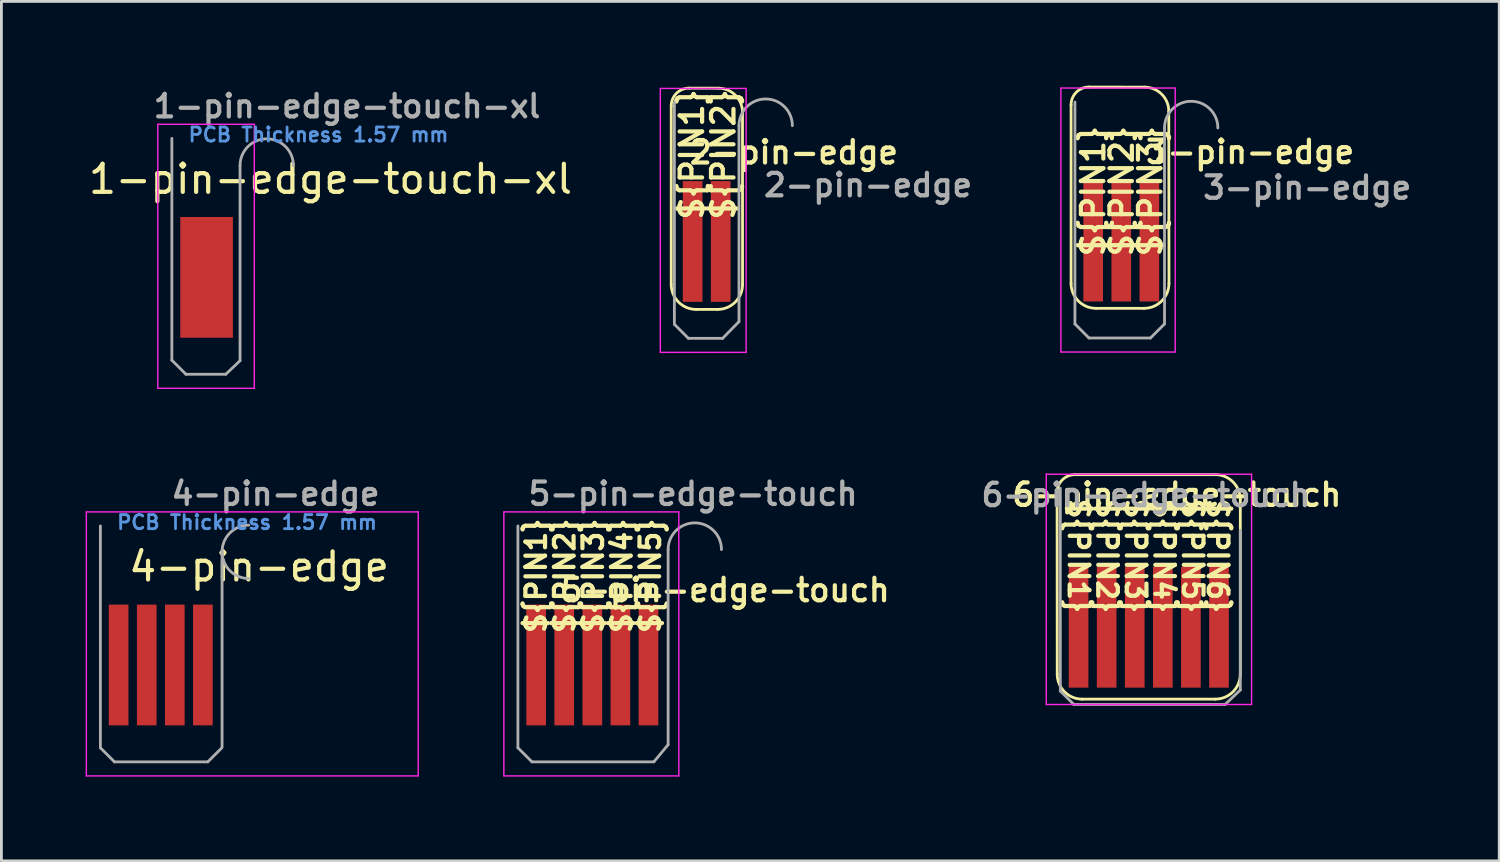
<source format=kicad_pcb>
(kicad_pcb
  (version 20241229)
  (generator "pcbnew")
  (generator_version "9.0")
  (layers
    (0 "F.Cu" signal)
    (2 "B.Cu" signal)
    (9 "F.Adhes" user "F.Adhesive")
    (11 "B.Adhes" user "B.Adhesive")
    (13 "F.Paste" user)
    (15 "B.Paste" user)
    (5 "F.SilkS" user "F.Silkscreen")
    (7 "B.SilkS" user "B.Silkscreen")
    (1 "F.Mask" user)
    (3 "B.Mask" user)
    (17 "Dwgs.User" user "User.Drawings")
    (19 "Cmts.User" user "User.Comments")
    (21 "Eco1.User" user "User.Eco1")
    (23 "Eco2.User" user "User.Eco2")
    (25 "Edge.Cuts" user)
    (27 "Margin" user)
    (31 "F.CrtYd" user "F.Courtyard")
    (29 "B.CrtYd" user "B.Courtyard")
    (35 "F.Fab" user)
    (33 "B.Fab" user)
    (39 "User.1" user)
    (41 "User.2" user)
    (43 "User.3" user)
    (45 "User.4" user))
  (footprint "3-pin-edge"
    (layer "F.Cu")
    (at 35.879 5.536)
    (property "Reference" "3-pin-edge" (at 5.588 -3.175 0) (layer "F.SilkS") (effects (font (size 0.8 0.8) (thickness 0.15))))
    (attr exclude_from_pos_files exclude_from_bom)
    (fp_line (start -0.787 1.505) (end -0.787 -4.851) (stroke (width 0.1) (type default)) (layer "F.SilkS"))
    (fp_line (start -0.152 -5.486) (end 1.833 -5.483) (stroke (width 0.1) (type default)) (layer "F.SilkS"))
    (fp_line (start 1.81 2.394) (end 0.102 2.394) (stroke (width 0.1) (type default)) (layer "F.SilkS"))
    (fp_line (start 2.692 -4.623) (end 2.699 1.505) (stroke (width 0.1) (type default)) (layer "F.SilkS"))
    (fp_arc (start -0.7874 -4.8514) (mid -0.601413 -5.300413) (end -0.1524 -5.4864) (stroke (width 0.1) (type default)) (layer "F.SilkS"))
    (fp_arc (start 0.1016 2.393982) (mid -0.527019 2.133601) (end -0.7874 1.504982) (stroke (width 0.1) (type default)) (layer "F.SilkS"))
    (fp_arc (start 1.832542 -5.482658) (mid 2.440553 -5.230811) (end 2.6924 -4.6228) (stroke (width 0.1) (type default)) (layer "F.SilkS"))
    (fp_arc (start 2.698782 1.504982) (mid 2.4384 2.1336) (end 1.809782 2.393982) (stroke (width 0.1) (type default)) (layer "F.SilkS"))
    (fp_line (start -1.15 -5.45) (end -1.15 3.95) (stroke (width 0.05) (type solid)) (layer "F.CrtYd"))
    (fp_line (start -1.15 -5.45) (end 2.921 -5.45) (stroke (width 0.05) (type solid)) (layer "F.CrtYd"))
    (fp_line (start 2.921 3.95) (end -1.15 3.95) (stroke (width 0.05) (type solid)) (layer "F.CrtYd"))
    (fp_line (start 2.921 3.95) (end 2.921 -5.45) (stroke (width 0.05) (type solid)) (layer "F.CrtYd"))
    (fp_line (start -0.65 -4.95) (end -0.65 2.95) (stroke (width 0.1) (type solid)) (layer "F.Fab"))
    (fp_line (start -0.65 2.95) (end -0.15 3.45) (stroke (width 0.1) (type solid)) (layer "F.Fab"))
    (fp_line (start -0.15 3.45) (end 2.04 3.45) (stroke (width 0.1) (type solid)) (layer "F.Fab"))
    (fp_line (start 2.04 3.45) (end 2.54 2.95) (stroke (width 0.1) (type solid)) (layer "F.Fab"))
    (fp_line (start 2.54 -4.029) (end 2.54 2.95) (stroke (width 0.1) (type solid)) (layer "F.Fab"))
    (fp_arc (start 2.54 -4.029) (mid 3.49 -4.979) (end 4.44 -4.029) (stroke (width 0.1) (type solid)) (layer "F.Fab"))
    (fp_text user "${PIN3}" (at 2.032 -1.778 90) (layer "F.SilkS") (effects (font (size 0.8 0.8) (thickness 0.15))))
    (fp_text user "${PIN2}" (at 1.016 -1.778 90) (layer "F.SilkS") (effects (font (size 0.8 0.8) (thickness 0.15))))
    (fp_text user "${PIN1}" (at 0 -1.778 90) (layer "F.SilkS") (effects (font (size 0.8 0.8) (thickness 0.15))))
    (fp_text user "${REFERENCE}" (at 7.62 -1.905 0) (layer "F.Fab") (effects (font (size 0.8 0.8) (thickness 0.15))))
    (pad "A1" connect rect (at 0 0) (size 0.7 4.3) (layers "F.Cu" "F.Mask"))
    (pad "A2" connect rect (at 1 0) (size 0.7 4.3) (layers "F.Cu" "F.Mask"))
    (pad "A3" connect rect (at 2 0) (size 0.7 4.3) (layers "F.Cu" "F.Mask")))
  (footprint "5-pin-edge-touch"
    (layer "F.Cu")
    (at 16.043 20.63)
    (property "Reference" "5-pin-edge-touch" (at 6.731 -2.667 0) (layer "F.SilkS") (effects (font (size 0.8 0.8) (thickness 0.15))))
    (attr exclude_from_pos_files exclude_from_bom)
    (fp_line (start -1.15 -5.45) (end -1.15 3.95) (stroke (width 0.05) (type solid)) (layer "F.CrtYd"))
    (fp_line (start -1.15 -5.45) (end 5.08 -5.45) (stroke (width 0.05) (type solid)) (layer "F.CrtYd"))
    (fp_line (start 5.08 3.95) (end -1.15 3.95) (stroke (width 0.05) (type solid)) (layer "F.CrtYd"))
    (fp_line (start 5.08 3.95) (end 5.08 -5.45) (stroke (width 0.05) (type solid)) (layer "F.CrtYd"))
    (fp_line (start -0.65 -4.95) (end -0.65 2.95) (stroke (width 0.1) (type solid)) (layer "F.Fab"))
    (fp_line (start -0.65 2.95) (end -0.15 3.45) (stroke (width 0.1) (type solid)) (layer "F.Fab"))
    (fp_line (start -0.15 3.45) (end 4.191 3.45) (stroke (width 0.1) (type solid)) (layer "F.Fab"))
    (fp_line (start 4.699 -4.11) (end 4.699 2.84) (stroke (width 0.1) (type solid)) (layer "F.Fab"))
    (fp_line (start 4.699 2.84) (end 4.191 3.45) (stroke (width 0.1) (type solid)) (layer "F.Fab"))
    (fp_arc (start 4.699 -4.11) (mid 5.649 -5.06) (end 6.599 -4.11) (stroke (width 0.1) (type solid)) (layer "F.Fab"))
    (fp_text user "${PIN4}" (at 3.048 -3.175 90) (layer "F.SilkS") (effects (font (size 0.7 0.7) (thickness 0.15))))
    (fp_text user "${PIN3}" (at 2.032 -3.175 90) (layer "F.SilkS") (effects (font (size 0.7 0.7) (thickness 0.15))))
    (fp_text user "${PIN2}" (at 1.016 -3.175 90) (layer "F.SilkS") (effects (font (size 0.7 0.7) (thickness 0.15))))
    (fp_text user "${PIN5}" (at 4.064 -3.175 90) (layer "F.SilkS") (effects (font (size 0.7 0.7) (thickness 0.15))))
    (fp_text user "${PIN1}" (at 0 -3.175 90) (layer "F.SilkS") (effects (font (size 0.7 0.7) (thickness 0.15))))
    (fp_text user "${REFERENCE}" (at 5.588 -6.096 0) (layer "F.Fab") (effects (font (size 0.8 0.8) (thickness 0.15))))
    (pad "A1" connect rect (at 0 0) (size 0.7 4.3) (layers "F.Cu" "F.Mask"))
    (pad "A2" connect rect (at 1 0) (size 0.7 4.3) (layers "F.Cu" "F.Mask"))
    (pad "A3" connect rect (at 2 0) (size 0.7 4.3) (layers "F.Cu" "F.Mask"))
    (pad "A4" connect rect (at 3 0) (size 0.7 4.3) (layers "F.Cu" "F.Mask"))
    (pad "A5" connect rect (at 4 0) (size 0.7 4.3) (layers "F.Cu" "F.Mask")))
  (footprint "2-pin-edge"
    (layer "F.Cu")
    (at 21.615 5.549)
    (property "Reference" "2-pin-edge" (at 3.607 -3.175 0) (layer "F.SilkS") (effects (font (size 0.8 0.8) (thickness 0.15))))
    (attr exclude_from_pos_files exclude_from_bom)
    (fp_line (start -0.762 1.53) (end -0.762 -4.826) (stroke (width 0.1) (type default)) (layer "F.SilkS"))
    (fp_line (start -0.127 -5.461) (end 0.916 -5.459) (stroke (width 0.1) (type default)) (layer "F.SilkS"))
    (fp_line (start 0.889 2.419) (end 0.127 2.419) (stroke (width 0.1) (type default)) (layer "F.SilkS"))
    (fp_line (start 1.776 -4.599) (end 1.778 1.53) (stroke (width 0.1) (type default)) (layer "F.SilkS"))
    (fp_arc (start -0.762 -4.826) (mid -0.576013 -5.275013) (end -0.127 -5.461) (stroke (width 0.1) (type default)) (layer "F.SilkS"))
    (fp_arc (start 0.127 2.419382) (mid -0.501619 2.159001) (end -0.762 1.530382) (stroke (width 0.1) (type default)) (layer "F.SilkS"))
    (fp_arc (start 0.915989 -5.458847) (mid 1.524 -5.207) (end 1.775847 -4.598989) (stroke (width 0.1) (type default)) (layer "F.SilkS"))
    (fp_arc (start 1.778003 1.530382) (mid 1.51762 2.158999) (end 0.889003 2.419382) (stroke (width 0.1) (type default)) (layer "F.SilkS"))
    (fp_line (start -1.15 -5.45) (end -1.15 3.95) (stroke (width 0.05) (type solid)) (layer "F.CrtYd"))
    (fp_line (start -1.15 -5.45) (end 1.905 -5.45) (stroke (width 0.05) (type solid)) (layer "F.CrtYd"))
    (fp_line (start 1.905 3.95) (end -1.15 3.95) (stroke (width 0.05) (type solid)) (layer "F.CrtYd"))
    (fp_line (start 1.905 3.95) (end 1.905 -5.45) (stroke (width 0.05) (type solid)) (layer "F.CrtYd"))
    (fp_line (start -0.65 -4.95) (end -0.65 2.95) (stroke (width 0.1) (type solid)) (layer "F.Fab"))
    (fp_line (start -0.65 2.95) (end -0.15 3.45) (stroke (width 0.1) (type solid)) (layer "F.Fab"))
    (fp_line (start -0.15 3.45) (end 1.067 3.45) (stroke (width 0.1) (type solid)) (layer "F.Fab"))
    (fp_line (start 1.067 3.45) (end 1.651 2.854) (stroke (width 0.1) (type solid)) (layer "F.Fab"))
    (fp_line (start 1.651 -4.125) (end 1.651 2.854) (stroke (width 0.1) (type solid)) (layer "F.Fab"))
    (fp_arc (start 1.651 -4.1245) (mid 2.601 -5.0745) (end 3.551 -4.1245) (stroke (width 0.1) (type solid)) (layer "F.Fab"))
    (fp_text user "${PIN1}" (at -0.025 -3.099 90) (layer "F.SilkS") (effects (font (size 0.8 0.8) (thickness 0.15))))
    (fp_text user "${PIN2}" (at 1.092 -3.099 90) (layer "F.SilkS") (effects (font (size 0.8 0.8) (thickness 0.15))))
    (fp_text user "${REFERENCE}" (at 6.248 -2.007 0) (layer "F.Fab") (effects (font (size 0.8 0.8) (thickness 0.15))))
    (pad "A1" connect rect (at 0 0) (size 0.7 4.3) (layers "F.Cu" "F.Mask"))
    (pad "A2" connect rect (at 1 0) (size 0.7 4.3) (layers "F.Cu" "F.Mask")))
  (footprint "1-pin-edge-touch-xl"
    (layer "F.Cu")
    (at 3.72 6.827)
    (property "Reference" "1-pin-edge-touch-xl" (at 5 -3.5 0) (layer "F.SilkS") (effects (font (size 1 1) (thickness 0.15))))
    (attr exclude_from_pos_files exclude_from_bom)
    (fp_line (start -1.15 -5.45) (end -1.15 3.95) (stroke (width 0.05) (type solid)) (layer "F.CrtYd"))
    (fp_line (start -1.15 -5.45) (end 2.286 -5.45) (stroke (width 0.05) (type solid)) (layer "F.CrtYd"))
    (fp_line (start 2.286 3.95) (end -1.15 3.95) (stroke (width 0.05) (type solid)) (layer "F.CrtYd"))
    (fp_line (start 2.286 3.95) (end 2.286 -5.45) (stroke (width 0.05) (type solid)) (layer "F.CrtYd"))
    (fp_line (start -0.65 -4.95) (end -0.65 2.95) (stroke (width 0.1) (type solid)) (layer "F.Fab"))
    (fp_line (start -0.65 2.95) (end -0.15 3.45) (stroke (width 0.1) (type solid)) (layer "F.Fab"))
    (fp_line (start -0.15 3.45) (end 1.27 3.45) (stroke (width 0.1) (type solid)) (layer "F.Fab"))
    (fp_line (start 1.778 -3.983) (end 1.778 2.967) (stroke (width 0.1) (type solid)) (layer "F.Fab"))
    (fp_line (start 1.778 2.967) (end 1.27 3.45) (stroke (width 0.1) (type solid)) (layer "F.Fab"))
    (fp_arc (start 1.778 -3.983) (mid 2.728 -4.933) (end 3.678 -3.983) (stroke (width 0.1) (type solid)) (layer "F.Fab"))
    (fp_text user "PCB Thickness 1.57 mm" (at 4.572 -5.08 180) (layer "Cmts.User") (effects (font (size 0.5 0.5) (thickness 0.1))))
    (fp_text user "${REFERENCE}" (at 5.588 -6.096 0) (layer "F.Fab") (effects (font (size 0.8 0.8) (thickness 0.15))))
    (pad "A1" connect rect (at 0.587 0) (size 1.874 4.3) (layers "F.Cu" "F.Mask")))
  (footprint "6-pin-edge-touch"
    (layer "F.Cu")
    (at 37.347 18.757)
    (property "Reference" "6-pin-edge-touch" (at 1.512 -4.19 0) (layer "F.SilkS") (effects (font (size 0.8 0.8) (thickness 0.15))))
    (attr exclude_from_pos_files exclude_from_bom)
    (fp_line (start -2.748 2.201) (end -2.753 -4.27) (stroke (width 0.1) (type default)) (layer "F.SilkS"))
    (fp_line (start -2.118 -4.905) (end 2.882 -4.905) (stroke (width 0.1) (type default)) (layer "F.SilkS"))
    (fp_line (start 2.872 3.09) (end -1.859 3.09) (stroke (width 0.1) (type default)) (layer "F.SilkS"))
    (fp_line (start 3.772 -4.01) (end 3.772 2.2) (stroke (width 0.1) (type default)) (layer "F.SilkS"))
    (fp_arc (start -2.752999 -4.269999) (mid -2.567012 -4.719012) (end -2.117999 -4.904999) (stroke (width 0.1) (type default)) (layer "F.SilkS"))
    (fp_arc (start -1.859 3.090381) (mid -2.487618 2.829999) (end -2.748 2.201381) (stroke (width 0.1) (type default)) (layer "F.SilkS"))
    (fp_arc (start 2.882 -4.904999) (mid 3.510618 -4.644617) (end 3.771 -4.015999) (stroke (width 0.1) (type default)) (layer "F.SilkS"))
    (fp_arc (start 3.771003 2.200005) (mid 3.510619 2.828621) (end 2.882003 3.089005) (stroke (width 0.1) (type default)) (layer "F.SilkS"))
    (fp_line (start -3.138 -4.92) (end -3.138 3.28) (stroke (width 0.05) (type solid)) (layer "F.CrtYd"))
    (fp_line (start -3.138 -4.92) (end 4.172 -4.92) (stroke (width 0.05) (type solid)) (layer "F.CrtYd"))
    (fp_line (start 4.172 3.28) (end -3.138 3.28) (stroke (width 0.05) (type solid)) (layer "F.CrtYd"))
    (fp_line (start 4.172 3.28) (end 4.172 -4.92) (stroke (width 0.05) (type solid)) (layer "F.CrtYd"))
    (fp_line (start -2.638 -4.42) (end -2.638 2.8) (stroke (width 0.1) (type solid)) (layer "F.Fab"))
    (fp_line (start -2.638 2.8) (end -2.158 3.28) (stroke (width 0.1) (type solid)) (layer "F.Fab"))
    (fp_line (start -2.158 3.28) (end 3.232 3.28) (stroke (width 0.1) (type solid)) (layer "F.Fab"))
    (fp_line (start 3.772 -2.926) (end 3.772 2.76) (stroke (width 0.1) (type solid)) (layer "F.Fab"))
    (fp_line (start 3.773 2.762) (end 3.231 3.278) (stroke (width 0.1) (type solid)) (layer "F.Fab"))
    (fp_text user "${PIN1}" (at -1.988 -2.01 270) (unlocked yes) (layer "F.SilkS") (effects (font (size 0.7 0.7) (thickness 0.15))))
    (fp_text user "${PIN3}" (at 0.044 -2.01 270) (unlocked yes) (layer "F.SilkS") (effects (font (size 0.7 0.7) (thickness 0.15))))
    (fp_text user "${PIN5}" (at 2.076 -2.01 270) (unlocked yes) (layer "F.SilkS") (effects (font (size 0.7 0.7) (thickness 0.15))))
    (fp_text user "${PIN2}" (at -0.972 -2.01 270) (unlocked yes) (layer "F.SilkS") (effects (font (size 0.7 0.7) (thickness 0.15))))
    (fp_text user "${PIN6}" (at 2.965 -2.01 270) (unlocked yes) (layer "F.SilkS") (effects (font (size 0.7 0.7) (thickness 0.15))))
    (fp_text user "${PIN4}" (at 1.06 -2.01 270) (unlocked yes) (layer "F.SilkS") (effects (font (size 0.7 0.7) (thickness 0.15))))
    (fp_text user "${REFERENCE}" (at 0.412 -4.18 0) (layer "F.Fab") (effects (font (size 0.8 0.8) (thickness 0.15))))
    (dimension (type aligned) (layer "User.3") (pts (xy 40.709 19.206) (xy 41.119 19.206)) (height 0.001) (format (prefix "") (suffix "") (units 3) (units_format 1) (precision 4)) (style (thickness 0.01) (arrow_length 0.5) (text_position_mode 0) (arrow_direction outward) (extension_height 0.586) (extension_offset 0) (keep_text_aligned yes)) (gr_text "0.4100 mm" (at 40.914 18.957 0) (layer "User.3") (effects (font (size 0.2 0.2) (thickness 0.15)))))
    (dimension (type aligned) (layer "User.3") (pts (xy 36.259 21.847) (xy 36.259 13.847)) (height 0.001) (format (prefix "") (suffix "") (units 3) (units_format 1) (precision 4)) (style (thickness 0.01) (arrow_length 0.5) (text_position_mode 0) (arrow_direction outward) (extension_height 0.586) (extension_offset 0) (keep_text_aligned yes)) (gr_text "8.0000 mm" (at 36.011 17.847 90) (layer "User.3") (effects (font (size 0.2 0.2) (thickness 0.15)))))
    (dimension (type aligned) (layer "User.3") (pts (xy 39.359 21.847) (xy 39.359 21.437)) (height 0.001) (format (prefix "") (suffix "") (units 3) (units_format 1) (precision 4)) (style (thickness 0.01) (arrow_length 0.5) (text_position_mode 0) (arrow_direction outward) (extension_height 0.586) (extension_offset 0) (keep_text_aligned yes)) (gr_text "0.4100 mm" (at 39.111 21.642 90) (layer "User.3") (effects (font (size 0.2 0.2) (thickness 0.15)))))
    (dimension (type aligned) (layer "User.3") (pts (xy 34.599 20.757) (xy 35.009 20.757)) (height 0.001) (format (prefix "") (suffix "") (units 3) (units_format 1) (precision 4)) (style (thickness 0.01) (arrow_length 0.5) (text_position_mode 0) (arrow_direction outward) (extension_height 0.586) (extension_offset 0) (keep_text_aligned yes)) (gr_text "0.4100 mm" (at 34.804 20.509 0) (layer "User.3") (effects (font (size 0.2 0.2) (thickness 0.15)))))
    (dimension (type aligned) (layer "User.3") (pts (xy 39.359 22.047) (xy 39.359 21.847)) (height 0.001) (format (prefix "") (suffix "") (units 3) (units_format 1) (precision 4)) (style (thickness 0.01) (arrow_length 0.5) (text_position_mode 0) (arrow_direction outward) (extension_height 0.586) (extension_offset 0) (keep_text_aligned yes)) (gr_text "0.2000 mm" (at 39.111 21.947 90) (layer "User.3") (effects (font (size 0.2 0.2) (thickness 0.15)))))
    (dimension (type aligned) (layer "User.3") (pts (xy 34.599 17.207) (xy 35.009 17.207)) (height 0.001) (format (prefix "") (suffix "") (units 3) (units_format 1) (precision 4)) (style (thickness 0.01) (arrow_length 0.5) (text_position_mode 0) (arrow_direction outward) (extension_height 0.586) (extension_offset 0) (keep_text_aligned yes)) (gr_text "0.4100 mm" (at 34.804 16.959 0) (layer "User.3") (effects (font (size 0.2 0.2) (thickness 0.15)))))
    (pad "A1" connect rect (at -1.988 0.53) (size 0.7 4.3) (layers "F.Cu" "F.Mask"))
    (pad "A2" connect rect (at -0.988 0.53) (size 0.7 4.3) (layers "F.Cu" "F.Mask"))
    (pad "A3" connect rect (at 0.012 0.53) (size 0.7 4.3) (layers "F.Cu" "F.Mask"))
    (pad "A4" connect rect (at 1.012 0.53) (size 0.7 4.3) (layers "F.Cu" "F.Mask"))
    (pad "A5" connect rect (at 2.012 0.53) (size 0.7 4.3) (layers "F.Cu" "F.Mask"))
    (pad "A6" connect rect (at 3.012 0.53) (size 0.7 4.3) (layers "F.Cu" "F.Mask")))
  (footprint "4-pin-edge"
    (layer "F.Cu")
    (at 1.175 20.63)
    (property "Reference" "4-pin-edge" (at 5 -3.5 0) (layer "F.SilkS") (effects (font (size 1 1) (thickness 0.15))))
    (attr exclude_from_pos_files exclude_from_bom)
    (fp_line (start -1.15 -5.45) (end -1.15 3.95) (stroke (width 0.05) (type solid)) (layer "F.CrtYd"))
    (fp_line (start -1.15 -5.45) (end 10.668 -5.45) (stroke (width 0.05) (type solid)) (layer "F.CrtYd"))
    (fp_line (start 10.668 3.95) (end -1.15 3.95) (stroke (width 0.05) (type solid)) (layer "F.CrtYd"))
    (fp_line (start 10.668 3.95) (end 10.668 -5.45) (stroke (width 0.05) (type solid)) (layer "F.CrtYd"))
    (fp_line (start -0.65 -4.95) (end -0.65 2.95) (stroke (width 0.1) (type solid)) (layer "F.Fab"))
    (fp_line (start -0.65 2.95) (end -0.15 3.45) (stroke (width 0.1) (type solid)) (layer "F.Fab"))
    (fp_line (start -0.15 3.45) (end 3.175 3.45) (stroke (width 0.1) (type solid)) (layer "F.Fab"))
    (fp_line (start 3.175 3.45) (end 3.675 2.95) (stroke (width 0.1) (type solid)) (layer "F.Fab"))
    (fp_line (start 3.683 -4.029) (end 3.683 2.921) (stroke (width 0.1) (type solid)) (layer "F.Fab"))
    (fp_arc (start 4.633 -3.079) (mid 3.683 -4.029) (end 4.633 -4.979) (stroke (width 0.1) (type solid)) (layer "F.Fab"))
    (fp_text user "PCB Thickness 1.57 mm" (at 4.572 -5.08 180) (layer "Cmts.User") (effects (font (size 0.5 0.5) (thickness 0.1))))
    (fp_text user "${REFERENCE}" (at 5.588 -6.096 0) (layer "F.Fab") (effects (font (size 0.8 0.8) (thickness 0.15))))
    (pad "A1" connect rect (at 0 0) (size 0.7 4.3) (layers "F.Cu" "F.Mask"))
    (pad "A2" connect rect (at 1 0) (size 0.7 4.3) (layers "F.Cu" "F.Mask"))
    (pad "A3" connect rect (at 2 0) (size 0.7 4.3) (layers "F.Cu" "F.Mask"))
    (pad "A4" connect rect (at 3 0) (size 0.7 4.3) (layers "F.Cu" "F.Mask")))
  (gr_rect
    (start -3 -3)
    (end 50.339 27.605)
    (stroke (width 0.1) (type default))
    (fill no)
    (layer "Edge.Cuts")))
</source>
